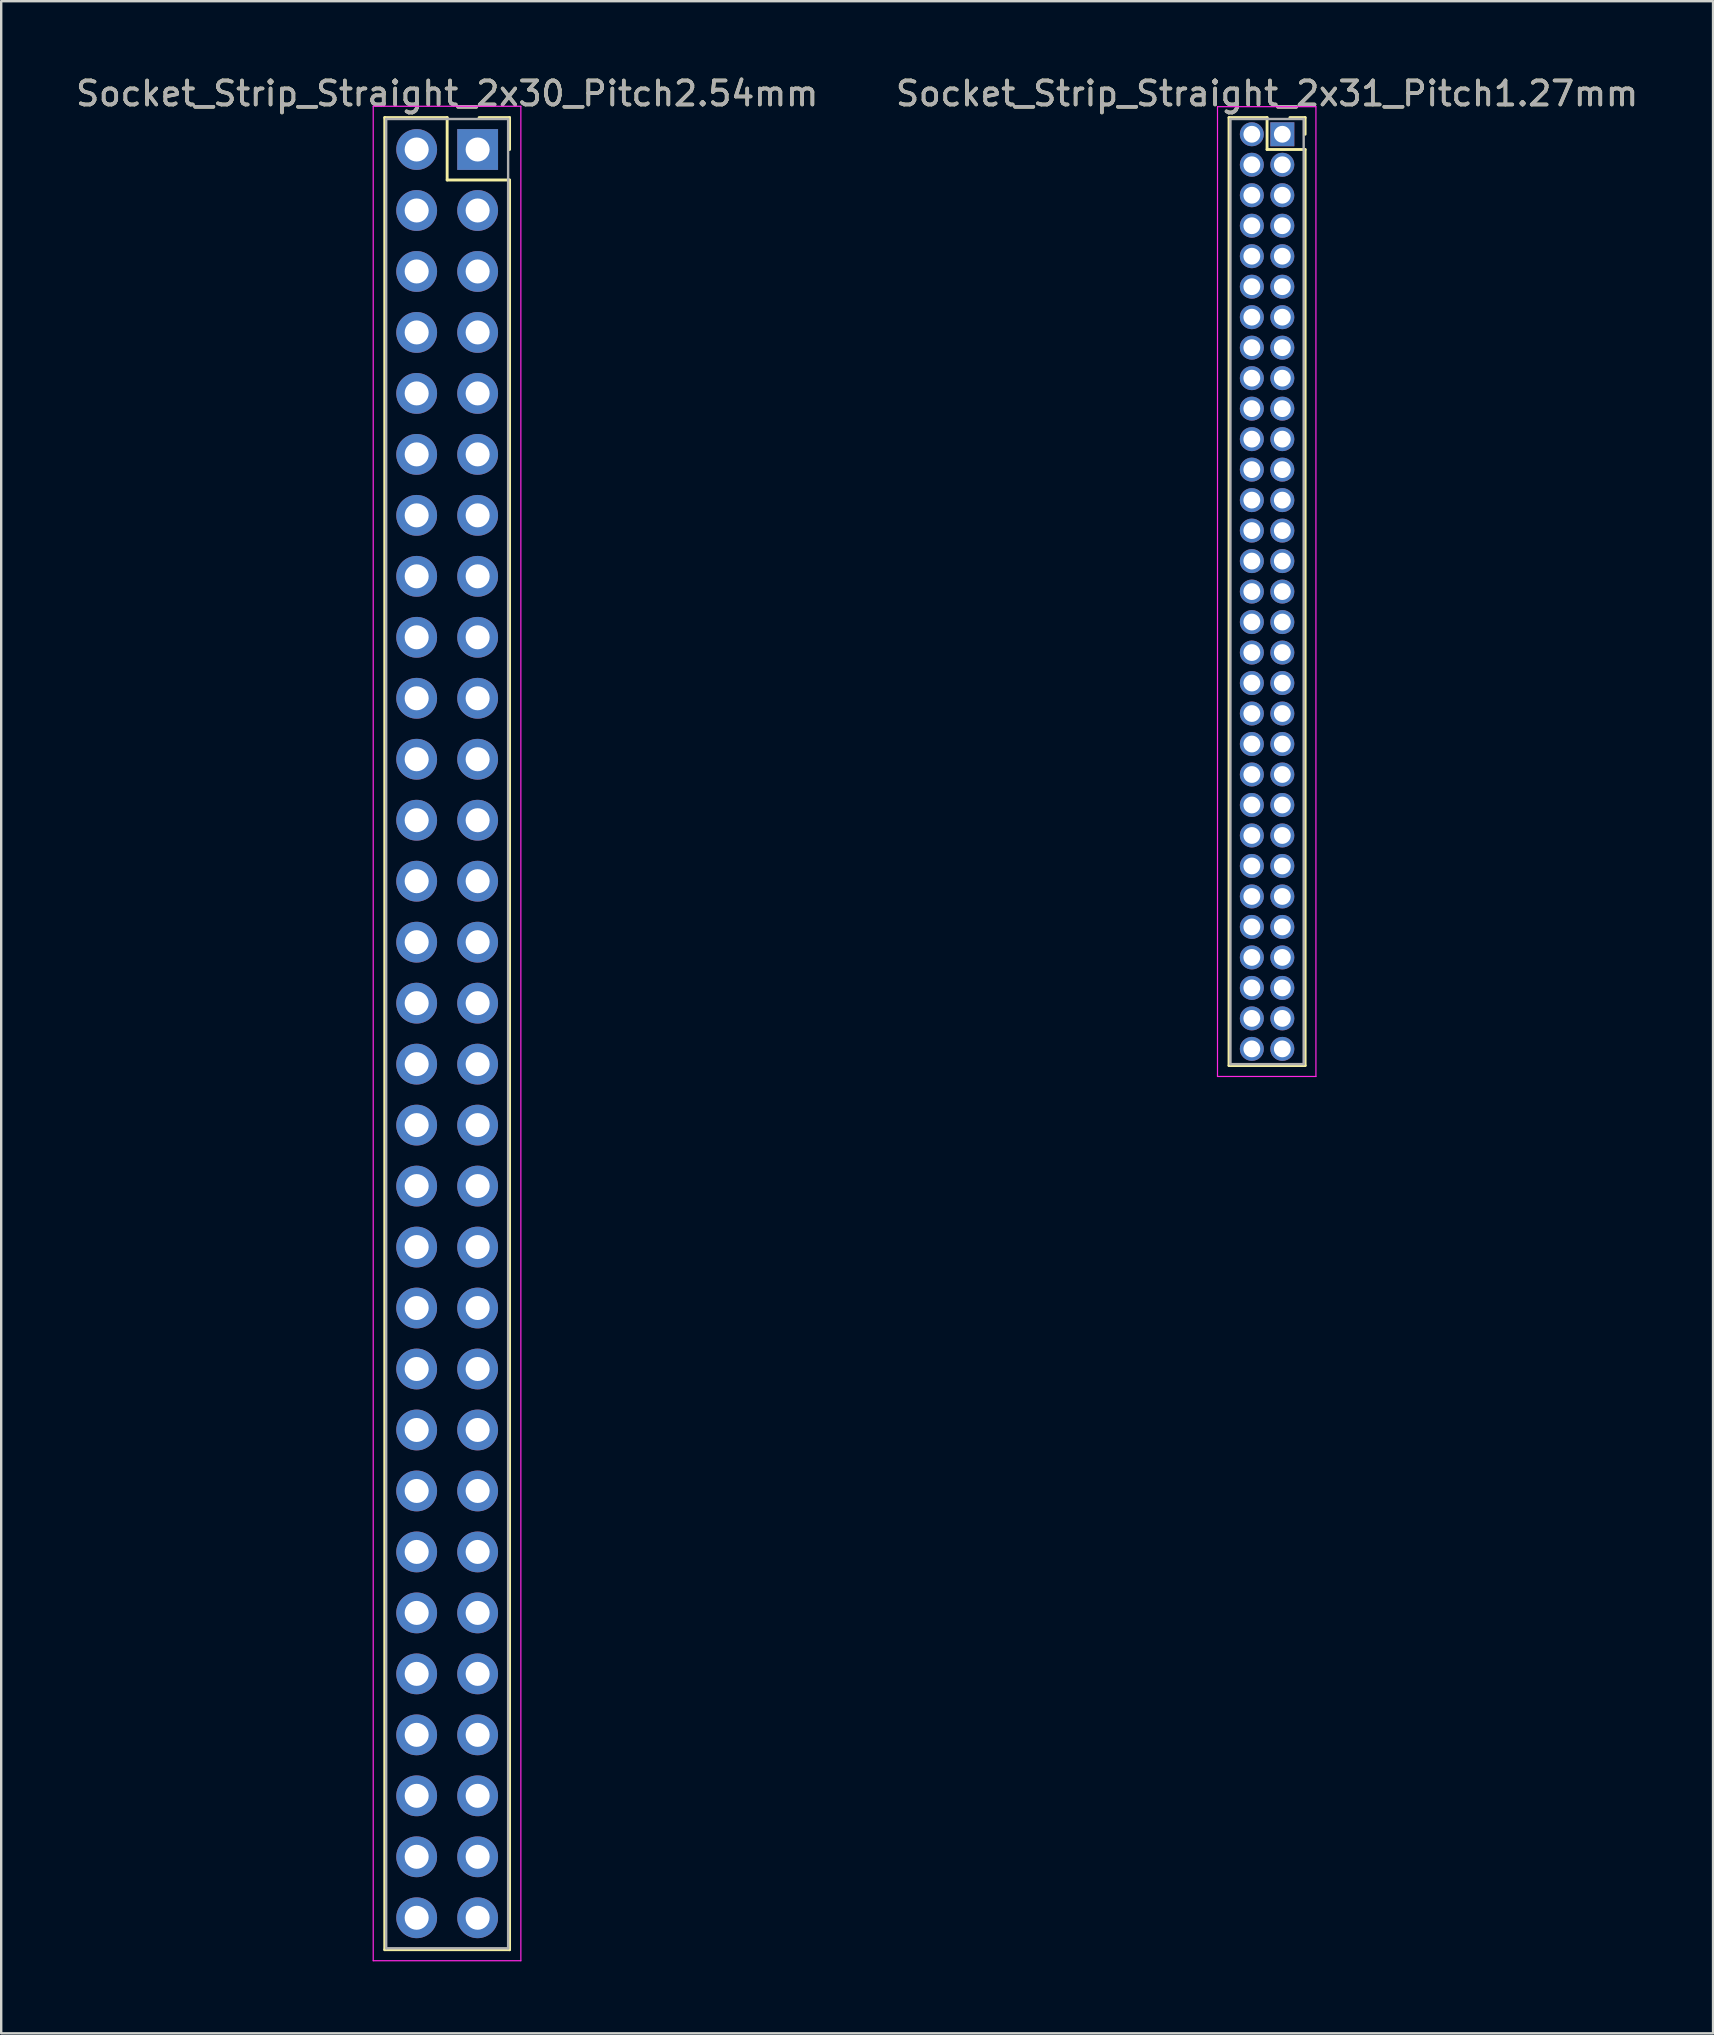
<source format=kicad_pcb>
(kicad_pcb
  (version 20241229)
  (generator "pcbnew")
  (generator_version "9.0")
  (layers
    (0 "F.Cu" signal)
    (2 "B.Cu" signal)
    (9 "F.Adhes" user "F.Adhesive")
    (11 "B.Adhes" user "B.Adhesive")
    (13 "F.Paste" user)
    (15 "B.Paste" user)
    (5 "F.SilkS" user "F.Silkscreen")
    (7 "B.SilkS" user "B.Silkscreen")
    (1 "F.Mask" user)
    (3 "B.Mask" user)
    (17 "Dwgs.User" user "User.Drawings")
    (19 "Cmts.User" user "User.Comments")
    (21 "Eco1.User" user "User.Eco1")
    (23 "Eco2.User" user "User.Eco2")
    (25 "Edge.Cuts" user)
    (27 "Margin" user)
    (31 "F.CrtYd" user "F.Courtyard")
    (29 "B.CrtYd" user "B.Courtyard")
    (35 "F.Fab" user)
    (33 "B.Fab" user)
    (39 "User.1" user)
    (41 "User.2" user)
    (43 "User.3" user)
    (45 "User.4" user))
  (footprint "Socket_Strip_Straight_2x30_Pitch2.54mm"
    (layer "F.Cu")
    (at 16.847 3.178)
    (property "Reference" "Socket_Strip_Straight_2x30_Pitch2.54mm" (at -1.27 -2.33 0) (layer "F.SilkS") (effects (font (size 1 1) (thickness 0.15))))
    (attr through_hole)
    (fp_line (start -3.87 -1.33) (end -1.27 -1.33) (stroke (width 0.12) (type solid)) (layer "F.SilkS"))
    (fp_line (start -3.87 74.99) (end -3.87 -1.33) (stroke (width 0.12) (type solid)) (layer "F.SilkS"))
    (fp_line (start -1.27 -1.33) (end -1.27 1.27) (stroke (width 0.12) (type solid)) (layer "F.SilkS"))
    (fp_line (start -1.27 1.27) (end 1.33 1.27) (stroke (width 0.12) (type solid)) (layer "F.SilkS"))
    (fp_line (start 1.33 -1.33) (end 0.06 -1.33) (stroke (width 0.12) (type solid)) (layer "F.SilkS"))
    (fp_line (start 1.33 0) (end 1.33 -1.33) (stroke (width 0.12) (type solid)) (layer "F.SilkS"))
    (fp_line (start 1.33 1.27) (end 1.33 74.99) (stroke (width 0.12) (type solid)) (layer "F.SilkS"))
    (fp_line (start 1.33 74.99) (end -3.87 74.99) (stroke (width 0.12) (type solid)) (layer "F.SilkS"))
    (fp_line (start -4.35 -1.8) (end -4.35 75.45) (stroke (width 0.05) (type solid)) (layer "F.CrtYd"))
    (fp_line (start -4.35 75.45) (end 1.8 75.45) (stroke (width 0.05) (type solid)) (layer "F.CrtYd"))
    (fp_line (start 1.8 -1.8) (end -4.35 -1.8) (stroke (width 0.05) (type solid)) (layer "F.CrtYd"))
    (fp_line (start 1.8 75.45) (end 1.8 -1.8) (stroke (width 0.05) (type solid)) (layer "F.CrtYd"))
    (fp_line (start -3.81 -1.27) (end -3.81 74.93) (stroke (width 0.1) (type solid)) (layer "F.Fab"))
    (fp_line (start -3.81 74.93) (end 1.27 74.93) (stroke (width 0.1) (type solid)) (layer "F.Fab"))
    (fp_line (start 1.27 -1.27) (end -3.81 -1.27) (stroke (width 0.1) (type solid)) (layer "F.Fab"))
    (fp_line (start 1.27 74.93) (end 1.27 -1.27) (stroke (width 0.1) (type solid)) (layer "F.Fab"))
    (fp_text user "${REFERENCE}" (at -1.27 -2.33 0) (layer "F.Fab") (effects (font (size 1 1) (thickness 0.15))))
    (pad "1" thru_hole rect (at 0 0) (size 1.7 1.7) (drill 1) (layers "*.Cu" "*.Mask"))
    (pad "2" thru_hole oval (at -2.54 0) (size 1.7 1.7) (drill 1) (layers "*.Cu" "*.Mask"))
    (pad "3" thru_hole oval (at 0 2.54) (size 1.7 1.7) (drill 1) (layers "*.Cu" "*.Mask"))
    (pad "4" thru_hole oval (at -2.54 2.54) (size 1.7 1.7) (drill 1) (layers "*.Cu" "*.Mask"))
    (pad "5" thru_hole oval (at 0 5.08) (size 1.7 1.7) (drill 1) (layers "*.Cu" "*.Mask"))
    (pad "6" thru_hole oval (at -2.54 5.08) (size 1.7 1.7) (drill 1) (layers "*.Cu" "*.Mask"))
    (pad "7" thru_hole oval (at 0 7.62) (size 1.7 1.7) (drill 1) (layers "*.Cu" "*.Mask"))
    (pad "8" thru_hole oval (at -2.54 7.62) (size 1.7 1.7) (drill 1) (layers "*.Cu" "*.Mask"))
    (pad "9" thru_hole oval (at 0 10.16) (size 1.7 1.7) (drill 1) (layers "*.Cu" "*.Mask"))
    (pad "10" thru_hole oval (at -2.54 10.16) (size 1.7 1.7) (drill 1) (layers "*.Cu" "*.Mask"))
    (pad "11" thru_hole oval (at 0 12.7) (size 1.7 1.7) (drill 1) (layers "*.Cu" "*.Mask"))
    (pad "12" thru_hole oval (at -2.54 12.7) (size 1.7 1.7) (drill 1) (layers "*.Cu" "*.Mask"))
    (pad "13" thru_hole oval (at 0 15.24) (size 1.7 1.7) (drill 1) (layers "*.Cu" "*.Mask"))
    (pad "14" thru_hole oval (at -2.54 15.24) (size 1.7 1.7) (drill 1) (layers "*.Cu" "*.Mask"))
    (pad "15" thru_hole oval (at 0 17.78) (size 1.7 1.7) (drill 1) (layers "*.Cu" "*.Mask"))
    (pad "16" thru_hole oval (at -2.54 17.78) (size 1.7 1.7) (drill 1) (layers "*.Cu" "*.Mask"))
    (pad "17" thru_hole oval (at 0 20.32) (size 1.7 1.7) (drill 1) (layers "*.Cu" "*.Mask"))
    (pad "18" thru_hole oval (at -2.54 20.32) (size 1.7 1.7) (drill 1) (layers "*.Cu" "*.Mask"))
    (pad "19" thru_hole oval (at 0 22.86) (size 1.7 1.7) (drill 1) (layers "*.Cu" "*.Mask"))
    (pad "20" thru_hole oval (at -2.54 22.86) (size 1.7 1.7) (drill 1) (layers "*.Cu" "*.Mask"))
    (pad "21" thru_hole oval (at 0 25.4) (size 1.7 1.7) (drill 1) (layers "*.Cu" "*.Mask"))
    (pad "22" thru_hole oval (at -2.54 25.4) (size 1.7 1.7) (drill 1) (layers "*.Cu" "*.Mask"))
    (pad "23" thru_hole oval (at 0 27.94) (size 1.7 1.7) (drill 1) (layers "*.Cu" "*.Mask"))
    (pad "24" thru_hole oval (at -2.54 27.94) (size 1.7 1.7) (drill 1) (layers "*.Cu" "*.Mask"))
    (pad "25" thru_hole oval (at 0 30.48) (size 1.7 1.7) (drill 1) (layers "*.Cu" "*.Mask"))
    (pad "26" thru_hole oval (at -2.54 30.48) (size 1.7 1.7) (drill 1) (layers "*.Cu" "*.Mask"))
    (pad "27" thru_hole oval (at 0 33.02) (size 1.7 1.7) (drill 1) (layers "*.Cu" "*.Mask"))
    (pad "28" thru_hole oval (at -2.54 33.02) (size 1.7 1.7) (drill 1) (layers "*.Cu" "*.Mask"))
    (pad "29" thru_hole oval (at 0 35.56) (size 1.7 1.7) (drill 1) (layers "*.Cu" "*.Mask"))
    (pad "30" thru_hole oval (at -2.54 35.56) (size 1.7 1.7) (drill 1) (layers "*.Cu" "*.Mask"))
    (pad "31" thru_hole oval (at 0 38.1) (size 1.7 1.7) (drill 1) (layers "*.Cu" "*.Mask"))
    (pad "32" thru_hole oval (at -2.54 38.1) (size 1.7 1.7) (drill 1) (layers "*.Cu" "*.Mask"))
    (pad "33" thru_hole oval (at 0 40.64) (size 1.7 1.7) (drill 1) (layers "*.Cu" "*.Mask"))
    (pad "34" thru_hole oval (at -2.54 40.64) (size 1.7 1.7) (drill 1) (layers "*.Cu" "*.Mask"))
    (pad "35" thru_hole oval (at 0 43.18) (size 1.7 1.7) (drill 1) (layers "*.Cu" "*.Mask"))
    (pad "36" thru_hole oval (at -2.54 43.18) (size 1.7 1.7) (drill 1) (layers "*.Cu" "*.Mask"))
    (pad "37" thru_hole oval (at 0 45.72) (size 1.7 1.7) (drill 1) (layers "*.Cu" "*.Mask"))
    (pad "38" thru_hole oval (at -2.54 45.72) (size 1.7 1.7) (drill 1) (layers "*.Cu" "*.Mask"))
    (pad "39" thru_hole oval (at 0 48.26) (size 1.7 1.7) (drill 1) (layers "*.Cu" "*.Mask"))
    (pad "40" thru_hole oval (at -2.54 48.26) (size 1.7 1.7) (drill 1) (layers "*.Cu" "*.Mask"))
    (pad "41" thru_hole oval (at 0 50.8) (size 1.7 1.7) (drill 1) (layers "*.Cu" "*.Mask"))
    (pad "42" thru_hole oval (at -2.54 50.8) (size 1.7 1.7) (drill 1) (layers "*.Cu" "*.Mask"))
    (pad "43" thru_hole oval (at 0 53.34) (size 1.7 1.7) (drill 1) (layers "*.Cu" "*.Mask"))
    (pad "44" thru_hole oval (at -2.54 53.34) (size 1.7 1.7) (drill 1) (layers "*.Cu" "*.Mask"))
    (pad "45" thru_hole oval (at 0 55.88) (size 1.7 1.7) (drill 1) (layers "*.Cu" "*.Mask"))
    (pad "46" thru_hole oval (at -2.54 55.88) (size 1.7 1.7) (drill 1) (layers "*.Cu" "*.Mask"))
    (pad "47" thru_hole oval (at 0 58.42) (size 1.7 1.7) (drill 1) (layers "*.Cu" "*.Mask"))
    (pad "48" thru_hole oval (at -2.54 58.42) (size 1.7 1.7) (drill 1) (layers "*.Cu" "*.Mask"))
    (pad "49" thru_hole oval (at 0 60.96) (size 1.7 1.7) (drill 1) (layers "*.Cu" "*.Mask"))
    (pad "50" thru_hole oval (at -2.54 60.96) (size 1.7 1.7) (drill 1) (layers "*.Cu" "*.Mask"))
    (pad "51" thru_hole oval (at 0 63.5) (size 1.7 1.7) (drill 1) (layers "*.Cu" "*.Mask"))
    (pad "52" thru_hole oval (at -2.54 63.5) (size 1.7 1.7) (drill 1) (layers "*.Cu" "*.Mask"))
    (pad "53" thru_hole oval (at 0 66.04) (size 1.7 1.7) (drill 1) (layers "*.Cu" "*.Mask"))
    (pad "54" thru_hole oval (at -2.54 66.04) (size 1.7 1.7) (drill 1) (layers "*.Cu" "*.Mask"))
    (pad "55" thru_hole oval (at 0 68.58) (size 1.7 1.7) (drill 1) (layers "*.Cu" "*.Mask"))
    (pad "56" thru_hole oval (at -2.54 68.58) (size 1.7 1.7) (drill 1) (layers "*.Cu" "*.Mask"))
    (pad "57" thru_hole oval (at 0 71.12) (size 1.7 1.7) (drill 1) (layers "*.Cu" "*.Mask"))
    (pad "58" thru_hole oval (at -2.54 71.12) (size 1.7 1.7) (drill 1) (layers "*.Cu" "*.Mask"))
    (pad "59" thru_hole oval (at 0 73.66) (size 1.7 1.7) (drill 1) (layers "*.Cu" "*.Mask"))
    (pad "60" thru_hole oval (at -2.54 73.66) (size 1.7 1.7) (drill 1) (layers "*.Cu" "*.Mask")))
  (footprint "Socket_Strip_Straight_2x31_Pitch1.27mm"
    (layer "F.Cu")
    (at 50.367 2.543)
    (property "Reference" "Socket_Strip_Straight_2x31_Pitch1.27mm" (at -0.635 -1.695 0) (layer "F.SilkS") (effects (font (size 1 1) (thickness 0.15))))
    (attr through_hole)
    (fp_line (start -2.22 -0.695) (end -0.635 -0.695) (stroke (width 0.12) (type solid)) (layer "F.SilkS"))
    (fp_line (start -2.22 38.795) (end -2.22 -0.695) (stroke (width 0.12) (type solid)) (layer "F.SilkS"))
    (fp_line (start -0.635 -0.695) (end -0.635 0.635) (stroke (width 0.12) (type solid)) (layer "F.SilkS"))
    (fp_line (start -0.635 0.635) (end 0.95 0.635) (stroke (width 0.12) (type solid)) (layer "F.SilkS"))
    (fp_line (start 0.95 -0.695) (end 0.315 -0.695) (stroke (width 0.12) (type solid)) (layer "F.SilkS"))
    (fp_line (start 0.95 0) (end 0.95 -0.695) (stroke (width 0.12) (type solid)) (layer "F.SilkS"))
    (fp_line (start 0.95 0.635) (end 0.95 38.795) (stroke (width 0.12) (type solid)) (layer "F.SilkS"))
    (fp_line (start 0.95 38.795) (end -2.22 38.795) (stroke (width 0.12) (type solid)) (layer "F.SilkS"))
    (fp_line (start -2.7 -1.15) (end -2.7 39.25) (stroke (width 0.05) (type solid)) (layer "F.CrtYd"))
    (fp_line (start -2.7 39.25) (end 1.4 39.25) (stroke (width 0.05) (type solid)) (layer "F.CrtYd"))
    (fp_line (start 1.4 -1.15) (end -2.7 -1.15) (stroke (width 0.05) (type solid)) (layer "F.CrtYd"))
    (fp_line (start 1.4 39.25) (end 1.4 -1.15) (stroke (width 0.05) (type solid)) (layer "F.CrtYd"))
    (fp_line (start -2.16 -0.635) (end -2.16 38.735) (stroke (width 0.1) (type solid)) (layer "F.Fab"))
    (fp_line (start -2.16 38.735) (end 0.89 38.735) (stroke (width 0.1) (type solid)) (layer "F.Fab"))
    (fp_line (start 0.89 -0.635) (end -2.16 -0.635) (stroke (width 0.1) (type solid)) (layer "F.Fab"))
    (fp_line (start 0.89 38.735) (end 0.89 -0.635) (stroke (width 0.1) (type solid)) (layer "F.Fab"))
    (fp_text user "${REFERENCE}" (at -0.635 -1.695 0) (layer "F.Fab") (effects (font (size 1 1) (thickness 0.15))))
    (pad "1" thru_hole rect (at 0 0) (size 1 1) (drill 0.7) (layers "*.Cu" "*.Mask"))
    (pad "2" thru_hole oval (at -1.27 0) (size 1 1) (drill 0.7) (layers "*.Cu" "*.Mask"))
    (pad "3" thru_hole oval (at 0 1.27) (size 1 1) (drill 0.7) (layers "*.Cu" "*.Mask"))
    (pad "4" thru_hole oval (at -1.27 1.27) (size 1 1) (drill 0.7) (layers "*.Cu" "*.Mask"))
    (pad "5" thru_hole oval (at 0 2.54) (size 1 1) (drill 0.7) (layers "*.Cu" "*.Mask"))
    (pad "6" thru_hole oval (at -1.27 2.54) (size 1 1) (drill 0.7) (layers "*.Cu" "*.Mask"))
    (pad "7" thru_hole oval (at 0 3.81) (size 1 1) (drill 0.7) (layers "*.Cu" "*.Mask"))
    (pad "8" thru_hole oval (at -1.27 3.81) (size 1 1) (drill 0.7) (layers "*.Cu" "*.Mask"))
    (pad "9" thru_hole oval (at 0 5.08) (size 1 1) (drill 0.7) (layers "*.Cu" "*.Mask"))
    (pad "10" thru_hole oval (at -1.27 5.08) (size 1 1) (drill 0.7) (layers "*.Cu" "*.Mask"))
    (pad "11" thru_hole oval (at 0 6.35) (size 1 1) (drill 0.7) (layers "*.Cu" "*.Mask"))
    (pad "12" thru_hole oval (at -1.27 6.35) (size 1 1) (drill 0.7) (layers "*.Cu" "*.Mask"))
    (pad "13" thru_hole oval (at 0 7.62) (size 1 1) (drill 0.7) (layers "*.Cu" "*.Mask"))
    (pad "14" thru_hole oval (at -1.27 7.62) (size 1 1) (drill 0.7) (layers "*.Cu" "*.Mask"))
    (pad "15" thru_hole oval (at 0 8.89) (size 1 1) (drill 0.7) (layers "*.Cu" "*.Mask"))
    (pad "16" thru_hole oval (at -1.27 8.89) (size 1 1) (drill 0.7) (layers "*.Cu" "*.Mask"))
    (pad "17" thru_hole oval (at 0 10.16) (size 1 1) (drill 0.7) (layers "*.Cu" "*.Mask"))
    (pad "18" thru_hole oval (at -1.27 10.16) (size 1 1) (drill 0.7) (layers "*.Cu" "*.Mask"))
    (pad "19" thru_hole oval (at 0 11.43) (size 1 1) (drill 0.7) (layers "*.Cu" "*.Mask"))
    (pad "20" thru_hole oval (at -1.27 11.43) (size 1 1) (drill 0.7) (layers "*.Cu" "*.Mask"))
    (pad "21" thru_hole oval (at 0 12.7) (size 1 1) (drill 0.7) (layers "*.Cu" "*.Mask"))
    (pad "22" thru_hole oval (at -1.27 12.7) (size 1 1) (drill 0.7) (layers "*.Cu" "*.Mask"))
    (pad "23" thru_hole oval (at 0 13.97) (size 1 1) (drill 0.7) (layers "*.Cu" "*.Mask"))
    (pad "24" thru_hole oval (at -1.27 13.97) (size 1 1) (drill 0.7) (layers "*.Cu" "*.Mask"))
    (pad "25" thru_hole oval (at 0 15.24) (size 1 1) (drill 0.7) (layers "*.Cu" "*.Mask"))
    (pad "26" thru_hole oval (at -1.27 15.24) (size 1 1) (drill 0.7) (layers "*.Cu" "*.Mask"))
    (pad "27" thru_hole oval (at 0 16.51) (size 1 1) (drill 0.7) (layers "*.Cu" "*.Mask"))
    (pad "28" thru_hole oval (at -1.27 16.51) (size 1 1) (drill 0.7) (layers "*.Cu" "*.Mask"))
    (pad "29" thru_hole oval (at 0 17.78) (size 1 1) (drill 0.7) (layers "*.Cu" "*.Mask"))
    (pad "30" thru_hole oval (at -1.27 17.78) (size 1 1) (drill 0.7) (layers "*.Cu" "*.Mask"))
    (pad "31" thru_hole oval (at 0 19.05) (size 1 1) (drill 0.7) (layers "*.Cu" "*.Mask"))
    (pad "32" thru_hole oval (at -1.27 19.05) (size 1 1) (drill 0.7) (layers "*.Cu" "*.Mask"))
    (pad "33" thru_hole oval (at 0 20.32) (size 1 1) (drill 0.7) (layers "*.Cu" "*.Mask"))
    (pad "34" thru_hole oval (at -1.27 20.32) (size 1 1) (drill 0.7) (layers "*.Cu" "*.Mask"))
    (pad "35" thru_hole oval (at 0 21.59) (size 1 1) (drill 0.7) (layers "*.Cu" "*.Mask"))
    (pad "36" thru_hole oval (at -1.27 21.59) (size 1 1) (drill 0.7) (layers "*.Cu" "*.Mask"))
    (pad "37" thru_hole oval (at 0 22.86) (size 1 1) (drill 0.7) (layers "*.Cu" "*.Mask"))
    (pad "38" thru_hole oval (at -1.27 22.86) (size 1 1) (drill 0.7) (layers "*.Cu" "*.Mask"))
    (pad "39" thru_hole oval (at 0 24.13) (size 1 1) (drill 0.7) (layers "*.Cu" "*.Mask"))
    (pad "40" thru_hole oval (at -1.27 24.13) (size 1 1) (drill 0.7) (layers "*.Cu" "*.Mask"))
    (pad "41" thru_hole oval (at 0 25.4) (size 1 1) (drill 0.7) (layers "*.Cu" "*.Mask"))
    (pad "42" thru_hole oval (at -1.27 25.4) (size 1 1) (drill 0.7) (layers "*.Cu" "*.Mask"))
    (pad "43" thru_hole oval (at 0 26.67) (size 1 1) (drill 0.7) (layers "*.Cu" "*.Mask"))
    (pad "44" thru_hole oval (at -1.27 26.67) (size 1 1) (drill 0.7) (layers "*.Cu" "*.Mask"))
    (pad "45" thru_hole oval (at 0 27.94) (size 1 1) (drill 0.7) (layers "*.Cu" "*.Mask"))
    (pad "46" thru_hole oval (at -1.27 27.94) (size 1 1) (drill 0.7) (layers "*.Cu" "*.Mask"))
    (pad "47" thru_hole oval (at 0 29.21) (size 1 1) (drill 0.7) (layers "*.Cu" "*.Mask"))
    (pad "48" thru_hole oval (at -1.27 29.21) (size 1 1) (drill 0.7) (layers "*.Cu" "*.Mask"))
    (pad "49" thru_hole oval (at 0 30.48) (size 1 1) (drill 0.7) (layers "*.Cu" "*.Mask"))
    (pad "50" thru_hole oval (at -1.27 30.48) (size 1 1) (drill 0.7) (layers "*.Cu" "*.Mask"))
    (pad "51" thru_hole oval (at 0 31.75) (size 1 1) (drill 0.7) (layers "*.Cu" "*.Mask"))
    (pad "52" thru_hole oval (at -1.27 31.75) (size 1 1) (drill 0.7) (layers "*.Cu" "*.Mask"))
    (pad "53" thru_hole oval (at 0 33.02) (size 1 1) (drill 0.7) (layers "*.Cu" "*.Mask"))
    (pad "54" thru_hole oval (at -1.27 33.02) (size 1 1) (drill 0.7) (layers "*.Cu" "*.Mask"))
    (pad "55" thru_hole oval (at 0 34.29) (size 1 1) (drill 0.7) (layers "*.Cu" "*.Mask"))
    (pad "56" thru_hole oval (at -1.27 34.29) (size 1 1) (drill 0.7) (layers "*.Cu" "*.Mask"))
    (pad "57" thru_hole oval (at 0 35.56) (size 1 1) (drill 0.7) (layers "*.Cu" "*.Mask"))
    (pad "58" thru_hole oval (at -1.27 35.56) (size 1 1) (drill 0.7) (layers "*.Cu" "*.Mask"))
    (pad "59" thru_hole oval (at 0 36.83) (size 1 1) (drill 0.7) (layers "*.Cu" "*.Mask"))
    (pad "60" thru_hole oval (at -1.27 36.83) (size 1 1) (drill 0.7) (layers "*.Cu" "*.Mask"))
    (pad "61" thru_hole oval (at 0 38.1) (size 1 1) (drill 0.7) (layers "*.Cu" "*.Mask"))
    (pad "62" thru_hole oval (at -1.27 38.1) (size 1 1) (drill 0.7) (layers "*.Cu" "*.Mask")))
  (gr_rect
    (start -3 -3)
    (end 68.31 81.653)
    (stroke (width 0.1) (type default))
    (fill no)
    (layer "Edge.Cuts")))
</source>
